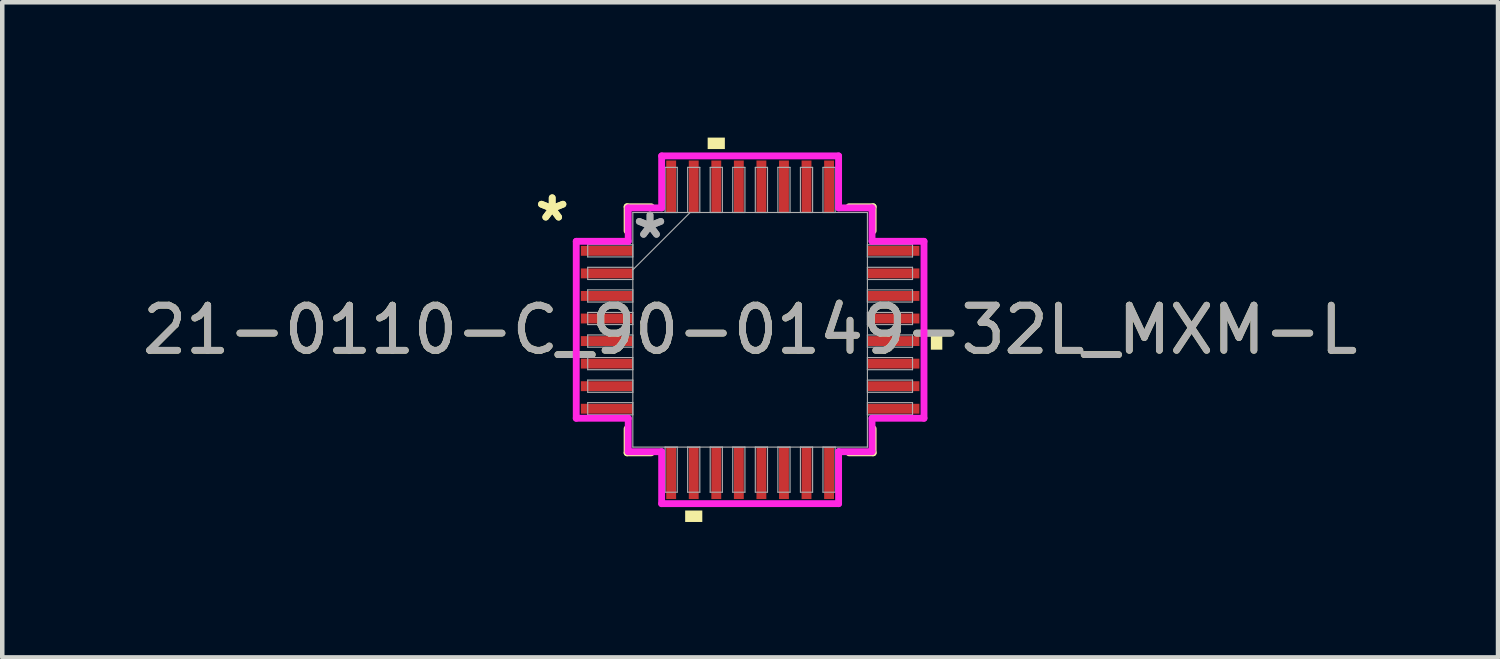
<source format=kicad_pcb>
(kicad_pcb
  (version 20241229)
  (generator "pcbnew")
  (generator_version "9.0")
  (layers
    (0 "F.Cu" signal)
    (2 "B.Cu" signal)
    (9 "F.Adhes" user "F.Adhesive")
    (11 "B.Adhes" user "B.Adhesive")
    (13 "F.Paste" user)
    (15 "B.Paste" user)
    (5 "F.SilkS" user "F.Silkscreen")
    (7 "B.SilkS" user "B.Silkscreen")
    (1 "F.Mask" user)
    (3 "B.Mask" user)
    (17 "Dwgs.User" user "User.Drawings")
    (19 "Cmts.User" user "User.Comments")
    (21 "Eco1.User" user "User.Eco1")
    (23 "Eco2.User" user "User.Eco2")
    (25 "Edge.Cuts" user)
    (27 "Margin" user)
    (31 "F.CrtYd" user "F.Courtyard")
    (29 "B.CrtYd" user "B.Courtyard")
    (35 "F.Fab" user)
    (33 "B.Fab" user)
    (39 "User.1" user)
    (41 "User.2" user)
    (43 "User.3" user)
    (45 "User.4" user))
  (footprint "21-0110-C_90-0149-32L_MXM-L"
    (layer "F.Cu")
    (at 13.577 4.26)
    (property "Reference" "21-0110-C_90-0149-32L_MXM-L" (at 0 0 0) (unlocked yes) (layer "F.SilkS") (effects (font (size 1 1) (thickness 0.15))))
    (attr smd)
    (fp_line (start -2.727 -2.727) (end -2.727 -2.192) (stroke (width 0.152) (type solid)) (layer "F.SilkS"))
    (fp_line (start -2.727 2.192) (end -2.727 2.727) (stroke (width 0.152) (type solid)) (layer "F.SilkS"))
    (fp_line (start -2.727 2.727) (end -2.192 2.727) (stroke (width 0.152) (type solid)) (layer "F.SilkS"))
    (fp_line (start -2.192 -2.727) (end -2.727 -2.727) (stroke (width 0.152) (type solid)) (layer "F.SilkS"))
    (fp_line (start 2.192 2.727) (end 2.727 2.727) (stroke (width 0.152) (type solid)) (layer "F.SilkS"))
    (fp_line (start 2.727 -2.727) (end 2.192 -2.727) (stroke (width 0.152) (type solid)) (layer "F.SilkS"))
    (fp_line (start 2.727 -2.192) (end 2.727 -2.727) (stroke (width 0.152) (type solid)) (layer "F.SilkS"))
    (fp_line (start 2.727 2.727) (end 2.727 2.192) (stroke (width 0.152) (type solid)) (layer "F.SilkS"))
    (fp_poly (pts (xy -1.44 4.006) (xy -1.44 4.26) (xy -1.06 4.26) (xy -1.06 4.006)) (stroke (width 0) (type solid)) (fill yes) (layer "F.SilkS"))
    (fp_poly (pts (xy -0.941 -4.006) (xy -0.941 -4.26) (xy -0.56 -4.26) (xy -0.56 -4.006)) (stroke (width 0) (type solid)) (fill yes) (layer "F.SilkS"))
    (fp_poly (pts (xy 4.26 0.059) (xy 4.26 0.441) (xy 4.006 0.441) (xy 4.006 0.059)) (stroke (width 0) (type solid)) (fill yes) (layer "F.SilkS"))
    (fp_line (start -3.854 -1.961) (end -2.702 -1.961) (stroke (width 0.152) (type solid)) (layer "F.CrtYd"))
    (fp_line (start -3.854 1.961) (end -3.854 -1.961) (stroke (width 0.152) (type solid)) (layer "F.CrtYd"))
    (fp_line (start -2.702 -2.702) (end -1.961 -2.702) (stroke (width 0.152) (type solid)) (layer "F.CrtYd"))
    (fp_line (start -2.702 -1.961) (end -2.702 -2.702) (stroke (width 0.152) (type solid)) (layer "F.CrtYd"))
    (fp_line (start -2.702 1.961) (end -3.854 1.961) (stroke (width 0.152) (type solid)) (layer "F.CrtYd"))
    (fp_line (start -2.702 2.702) (end -2.702 1.961) (stroke (width 0.152) (type solid)) (layer "F.CrtYd"))
    (fp_line (start -2.702 2.702) (end -1.961 2.702) (stroke (width 0.152) (type solid)) (layer "F.CrtYd"))
    (fp_line (start -1.961 -3.854) (end 1.961 -3.854) (stroke (width 0.152) (type solid)) (layer "F.CrtYd"))
    (fp_line (start -1.961 -2.702) (end -1.961 -3.854) (stroke (width 0.152) (type solid)) (layer "F.CrtYd"))
    (fp_line (start -1.961 2.702) (end -1.961 3.854) (stroke (width 0.152) (type solid)) (layer "F.CrtYd"))
    (fp_line (start -1.961 3.854) (end 1.961 3.854) (stroke (width 0.152) (type solid)) (layer "F.CrtYd"))
    (fp_line (start 1.961 -3.854) (end 1.961 -2.702) (stroke (width 0.152) (type solid)) (layer "F.CrtYd"))
    (fp_line (start 1.961 -2.702) (end 2.702 -2.702) (stroke (width 0.152) (type solid)) (layer "F.CrtYd"))
    (fp_line (start 1.961 2.702) (end 2.702 2.702) (stroke (width 0.152) (type solid)) (layer "F.CrtYd"))
    (fp_line (start 1.961 3.854) (end 1.961 2.702) (stroke (width 0.152) (type solid)) (layer "F.CrtYd"))
    (fp_line (start 2.702 -1.961) (end 2.702 -2.702) (stroke (width 0.152) (type solid)) (layer "F.CrtYd"))
    (fp_line (start 2.702 1.961) (end 3.854 1.961) (stroke (width 0.152) (type solid)) (layer "F.CrtYd"))
    (fp_line (start 2.702 2.702) (end 2.702 1.961) (stroke (width 0.152) (type solid)) (layer "F.CrtYd"))
    (fp_line (start 3.854 -1.961) (end 2.702 -1.961) (stroke (width 0.152) (type solid)) (layer "F.CrtYd"))
    (fp_line (start 3.854 1.961) (end 3.854 -1.961) (stroke (width 0.152) (type solid)) (layer "F.CrtYd"))
    (fp_line (start -3.6 -1.885) (end -3.6 -1.615) (stroke (width 0.025) (type solid)) (layer "F.Fab"))
    (fp_line (start -3.6 -1.615) (end -2.6 -1.615) (stroke (width 0.025) (type solid)) (layer "F.Fab"))
    (fp_line (start -3.6 -1.385) (end -3.6 -1.115) (stroke (width 0.025) (type solid)) (layer "F.Fab"))
    (fp_line (start -3.6 -1.115) (end -2.6 -1.115) (stroke (width 0.025) (type solid)) (layer "F.Fab"))
    (fp_line (start -3.6 -0.885) (end -3.6 -0.615) (stroke (width 0.025) (type solid)) (layer "F.Fab"))
    (fp_line (start -3.6 -0.615) (end -2.6 -0.615) (stroke (width 0.025) (type solid)) (layer "F.Fab"))
    (fp_line (start -3.6 -0.385) (end -3.6 -0.115) (stroke (width 0.025) (type solid)) (layer "F.Fab"))
    (fp_line (start -3.6 -0.115) (end -2.6 -0.115) (stroke (width 0.025) (type solid)) (layer "F.Fab"))
    (fp_line (start -3.6 0.115) (end -3.6 0.385) (stroke (width 0.025) (type solid)) (layer "F.Fab"))
    (fp_line (start -3.6 0.385) (end -2.6 0.385) (stroke (width 0.025) (type solid)) (layer "F.Fab"))
    (fp_line (start -3.6 0.615) (end -3.6 0.885) (stroke (width 0.025) (type solid)) (layer "F.Fab"))
    (fp_line (start -3.6 0.885) (end -2.6 0.885) (stroke (width 0.025) (type solid)) (layer "F.Fab"))
    (fp_line (start -3.6 1.115) (end -3.6 1.385) (stroke (width 0.025) (type solid)) (layer "F.Fab"))
    (fp_line (start -3.6 1.385) (end -2.6 1.385) (stroke (width 0.025) (type solid)) (layer "F.Fab"))
    (fp_line (start -3.6 1.615) (end -3.6 1.885) (stroke (width 0.025) (type solid)) (layer "F.Fab"))
    (fp_line (start -3.6 1.885) (end -2.6 1.885) (stroke (width 0.025) (type solid)) (layer "F.Fab"))
    (fp_line (start -2.6 -2.6) (end -2.6 2.6) (stroke (width 0.025) (type solid)) (layer "F.Fab"))
    (fp_line (start -2.6 -1.885) (end -3.6 -1.885) (stroke (width 0.025) (type solid)) (layer "F.Fab"))
    (fp_line (start -2.6 -1.615) (end -2.6 -1.885) (stroke (width 0.025) (type solid)) (layer "F.Fab"))
    (fp_line (start -2.6 -1.385) (end -3.6 -1.385) (stroke (width 0.025) (type solid)) (layer "F.Fab"))
    (fp_line (start -2.6 -1.33) (end -1.33 -2.6) (stroke (width 0.025) (type solid)) (layer "F.Fab"))
    (fp_line (start -2.6 -1.115) (end -2.6 -1.385) (stroke (width 0.025) (type solid)) (layer "F.Fab"))
    (fp_line (start -2.6 -0.885) (end -3.6 -0.885) (stroke (width 0.025) (type solid)) (layer "F.Fab"))
    (fp_line (start -2.6 -0.615) (end -2.6 -0.885) (stroke (width 0.025) (type solid)) (layer "F.Fab"))
    (fp_line (start -2.6 -0.385) (end -3.6 -0.385) (stroke (width 0.025) (type solid)) (layer "F.Fab"))
    (fp_line (start -2.6 -0.115) (end -2.6 -0.385) (stroke (width 0.025) (type solid)) (layer "F.Fab"))
    (fp_line (start -2.6 0.115) (end -3.6 0.115) (stroke (width 0.025) (type solid)) (layer "F.Fab"))
    (fp_line (start -2.6 0.385) (end -2.6 0.115) (stroke (width 0.025) (type solid)) (layer "F.Fab"))
    (fp_line (start -2.6 0.615) (end -3.6 0.615) (stroke (width 0.025) (type solid)) (layer "F.Fab"))
    (fp_line (start -2.6 0.885) (end -2.6 0.615) (stroke (width 0.025) (type solid)) (layer "F.Fab"))
    (fp_line (start -2.6 1.115) (end -3.6 1.115) (stroke (width 0.025) (type solid)) (layer "F.Fab"))
    (fp_line (start -2.6 1.385) (end -2.6 1.115) (stroke (width 0.025) (type solid)) (layer "F.Fab"))
    (fp_line (start -2.6 1.615) (end -3.6 1.615) (stroke (width 0.025) (type solid)) (layer "F.Fab"))
    (fp_line (start -2.6 1.885) (end -2.6 1.615) (stroke (width 0.025) (type solid)) (layer "F.Fab"))
    (fp_line (start -2.6 2.6) (end 2.6 2.6) (stroke (width 0.025) (type solid)) (layer "F.Fab"))
    (fp_line (start -1.885 -3.6) (end -1.885 -2.6) (stroke (width 0.025) (type solid)) (layer "F.Fab"))
    (fp_line (start -1.885 -2.6) (end -1.615 -2.6) (stroke (width 0.025) (type solid)) (layer "F.Fab"))
    (fp_line (start -1.885 2.6) (end -1.885 3.6) (stroke (width 0.025) (type solid)) (layer "F.Fab"))
    (fp_line (start -1.885 3.6) (end -1.615 3.6) (stroke (width 0.025) (type solid)) (layer "F.Fab"))
    (fp_line (start -1.615 -3.6) (end -1.885 -3.6) (stroke (width 0.025) (type solid)) (layer "F.Fab"))
    (fp_line (start -1.615 -2.6) (end -1.615 -3.6) (stroke (width 0.025) (type solid)) (layer "F.Fab"))
    (fp_line (start -1.615 2.6) (end -1.885 2.6) (stroke (width 0.025) (type solid)) (layer "F.Fab"))
    (fp_line (start -1.615 3.6) (end -1.615 2.6) (stroke (width 0.025) (type solid)) (layer "F.Fab"))
    (fp_line (start -1.385 -3.6) (end -1.385 -2.6) (stroke (width 0.025) (type solid)) (layer "F.Fab"))
    (fp_line (start -1.385 -2.6) (end -1.115 -2.6) (stroke (width 0.025) (type solid)) (layer "F.Fab"))
    (fp_line (start -1.385 2.6) (end -1.385 3.6) (stroke (width 0.025) (type solid)) (layer "F.Fab"))
    (fp_line (start -1.385 3.6) (end -1.115 3.6) (stroke (width 0.025) (type solid)) (layer "F.Fab"))
    (fp_line (start -1.115 -3.6) (end -1.385 -3.6) (stroke (width 0.025) (type solid)) (layer "F.Fab"))
    (fp_line (start -1.115 -2.6) (end -1.115 -3.6) (stroke (width 0.025) (type solid)) (layer "F.Fab"))
    (fp_line (start -1.115 2.6) (end -1.385 2.6) (stroke (width 0.025) (type solid)) (layer "F.Fab"))
    (fp_line (start -1.115 3.6) (end -1.115 2.6) (stroke (width 0.025) (type solid)) (layer "F.Fab"))
    (fp_line (start -0.885 -3.6) (end -0.885 -2.6) (stroke (width 0.025) (type solid)) (layer "F.Fab"))
    (fp_line (start -0.885 -2.6) (end -0.615 -2.6) (stroke (width 0.025) (type solid)) (layer "F.Fab"))
    (fp_line (start -0.885 2.6) (end -0.885 3.6) (stroke (width 0.025) (type solid)) (layer "F.Fab"))
    (fp_line (start -0.885 3.6) (end -0.615 3.6) (stroke (width 0.025) (type solid)) (layer "F.Fab"))
    (fp_line (start -0.615 -3.6) (end -0.885 -3.6) (stroke (width 0.025) (type solid)) (layer "F.Fab"))
    (fp_line (start -0.615 -2.6) (end -0.615 -3.6) (stroke (width 0.025) (type solid)) (layer "F.Fab"))
    (fp_line (start -0.615 2.6) (end -0.885 2.6) (stroke (width 0.025) (type solid)) (layer "F.Fab"))
    (fp_line (start -0.615 3.6) (end -0.615 2.6) (stroke (width 0.025) (type solid)) (layer "F.Fab"))
    (fp_line (start -0.385 -3.6) (end -0.385 -2.6) (stroke (width 0.025) (type solid)) (layer "F.Fab"))
    (fp_line (start -0.385 -2.6) (end -0.115 -2.6) (stroke (width 0.025) (type solid)) (layer "F.Fab"))
    (fp_line (start -0.385 2.6) (end -0.385 3.6) (stroke (width 0.025) (type solid)) (layer "F.Fab"))
    (fp_line (start -0.385 3.6) (end -0.115 3.6) (stroke (width 0.025) (type solid)) (layer "F.Fab"))
    (fp_line (start -0.115 -3.6) (end -0.385 -3.6) (stroke (width 0.025) (type solid)) (layer "F.Fab"))
    (fp_line (start -0.115 -2.6) (end -0.115 -3.6) (stroke (width 0.025) (type solid)) (layer "F.Fab"))
    (fp_line (start -0.115 2.6) (end -0.385 2.6) (stroke (width 0.025) (type solid)) (layer "F.Fab"))
    (fp_line (start -0.115 3.6) (end -0.115 2.6) (stroke (width 0.025) (type solid)) (layer "F.Fab"))
    (fp_line (start 0.115 -3.6) (end 0.115 -2.6) (stroke (width 0.025) (type solid)) (layer "F.Fab"))
    (fp_line (start 0.115 -2.6) (end 0.385 -2.6) (stroke (width 0.025) (type solid)) (layer "F.Fab"))
    (fp_line (start 0.115 2.6) (end 0.115 3.6) (stroke (width 0.025) (type solid)) (layer "F.Fab"))
    (fp_line (start 0.115 3.6) (end 0.385 3.6) (stroke (width 0.025) (type solid)) (layer "F.Fab"))
    (fp_line (start 0.385 -3.6) (end 0.115 -3.6) (stroke (width 0.025) (type solid)) (layer "F.Fab"))
    (fp_line (start 0.385 -2.6) (end 0.385 -3.6) (stroke (width 0.025) (type solid)) (layer "F.Fab"))
    (fp_line (start 0.385 2.6) (end 0.115 2.6) (stroke (width 0.025) (type solid)) (layer "F.Fab"))
    (fp_line (start 0.385 3.6) (end 0.385 2.6) (stroke (width 0.025) (type solid)) (layer "F.Fab"))
    (fp_line (start 0.615 -3.6) (end 0.615 -2.6) (stroke (width 0.025) (type solid)) (layer "F.Fab"))
    (fp_line (start 0.615 -2.6) (end 0.885 -2.6) (stroke (width 0.025) (type solid)) (layer "F.Fab"))
    (fp_line (start 0.615 2.6) (end 0.615 3.6) (stroke (width 0.025) (type solid)) (layer "F.Fab"))
    (fp_line (start 0.615 3.6) (end 0.885 3.6) (stroke (width 0.025) (type solid)) (layer "F.Fab"))
    (fp_line (start 0.885 -3.6) (end 0.615 -3.6) (stroke (width 0.025) (type solid)) (layer "F.Fab"))
    (fp_line (start 0.885 -2.6) (end 0.885 -3.6) (stroke (width 0.025) (type solid)) (layer "F.Fab"))
    (fp_line (start 0.885 2.6) (end 0.615 2.6) (stroke (width 0.025) (type solid)) (layer "F.Fab"))
    (fp_line (start 0.885 3.6) (end 0.885 2.6) (stroke (width 0.025) (type solid)) (layer "F.Fab"))
    (fp_line (start 1.115 -3.6) (end 1.115 -2.6) (stroke (width 0.025) (type solid)) (layer "F.Fab"))
    (fp_line (start 1.115 -2.6) (end 1.385 -2.6) (stroke (width 0.025) (type solid)) (layer "F.Fab"))
    (fp_line (start 1.115 2.6) (end 1.115 3.6) (stroke (width 0.025) (type solid)) (layer "F.Fab"))
    (fp_line (start 1.115 3.6) (end 1.385 3.6) (stroke (width 0.025) (type solid)) (layer "F.Fab"))
    (fp_line (start 1.385 -3.6) (end 1.115 -3.6) (stroke (width 0.025) (type solid)) (layer "F.Fab"))
    (fp_line (start 1.385 -2.6) (end 1.385 -3.6) (stroke (width 0.025) (type solid)) (layer "F.Fab"))
    (fp_line (start 1.385 2.6) (end 1.115 2.6) (stroke (width 0.025) (type solid)) (layer "F.Fab"))
    (fp_line (start 1.385 3.6) (end 1.385 2.6) (stroke (width 0.025) (type solid)) (layer "F.Fab"))
    (fp_line (start 1.615 -3.6) (end 1.615 -2.6) (stroke (width 0.025) (type solid)) (layer "F.Fab"))
    (fp_line (start 1.615 -2.6) (end 1.885 -2.6) (stroke (width 0.025) (type solid)) (layer "F.Fab"))
    (fp_line (start 1.615 2.6) (end 1.615 3.6) (stroke (width 0.025) (type solid)) (layer "F.Fab"))
    (fp_line (start 1.615 3.6) (end 1.885 3.6) (stroke (width 0.025) (type solid)) (layer "F.Fab"))
    (fp_line (start 1.885 -3.6) (end 1.615 -3.6) (stroke (width 0.025) (type solid)) (layer "F.Fab"))
    (fp_line (start 1.885 -2.6) (end 1.885 -3.6) (stroke (width 0.025) (type solid)) (layer "F.Fab"))
    (fp_line (start 1.885 2.6) (end 1.615 2.6) (stroke (width 0.025) (type solid)) (layer "F.Fab"))
    (fp_line (start 1.885 3.6) (end 1.885 2.6) (stroke (width 0.025) (type solid)) (layer "F.Fab"))
    (fp_line (start 2.6 -2.6) (end -2.6 -2.6) (stroke (width 0.025) (type solid)) (layer "F.Fab"))
    (fp_line (start 2.6 -1.885) (end 2.6 -1.615) (stroke (width 0.025) (type solid)) (layer "F.Fab"))
    (fp_line (start 2.6 -1.615) (end 3.6 -1.615) (stroke (width 0.025) (type solid)) (layer "F.Fab"))
    (fp_line (start 2.6 -1.385) (end 2.6 -1.115) (stroke (width 0.025) (type solid)) (layer "F.Fab"))
    (fp_line (start 2.6 -1.115) (end 3.6 -1.115) (stroke (width 0.025) (type solid)) (layer "F.Fab"))
    (fp_line (start 2.6 -0.885) (end 2.6 -0.615) (stroke (width 0.025) (type solid)) (layer "F.Fab"))
    (fp_line (start 2.6 -0.615) (end 3.6 -0.615) (stroke (width 0.025) (type solid)) (layer "F.Fab"))
    (fp_line (start 2.6 -0.385) (end 2.6 -0.115) (stroke (width 0.025) (type solid)) (layer "F.Fab"))
    (fp_line (start 2.6 -0.115) (end 3.6 -0.115) (stroke (width 0.025) (type solid)) (layer "F.Fab"))
    (fp_line (start 2.6 0.115) (end 2.6 0.385) (stroke (width 0.025) (type solid)) (layer "F.Fab"))
    (fp_line (start 2.6 0.385) (end 3.6 0.385) (stroke (width 0.025) (type solid)) (layer "F.Fab"))
    (fp_line (start 2.6 0.615) (end 2.6 0.885) (stroke (width 0.025) (type solid)) (layer "F.Fab"))
    (fp_line (start 2.6 0.885) (end 3.6 0.885) (stroke (width 0.025) (type solid)) (layer "F.Fab"))
    (fp_line (start 2.6 1.115) (end 2.6 1.385) (stroke (width 0.025) (type solid)) (layer "F.Fab"))
    (fp_line (start 2.6 1.385) (end 3.6 1.385) (stroke (width 0.025) (type solid)) (layer "F.Fab"))
    (fp_line (start 2.6 1.615) (end 2.6 1.885) (stroke (width 0.025) (type solid)) (layer "F.Fab"))
    (fp_line (start 2.6 1.885) (end 3.6 1.885) (stroke (width 0.025) (type solid)) (layer "F.Fab"))
    (fp_line (start 2.6 2.6) (end 2.6 -2.6) (stroke (width 0.025) (type solid)) (layer "F.Fab"))
    (fp_line (start 3.6 -1.885) (end 2.6 -1.885) (stroke (width 0.025) (type solid)) (layer "F.Fab"))
    (fp_line (start 3.6 -1.615) (end 3.6 -1.885) (stroke (width 0.025) (type solid)) (layer "F.Fab"))
    (fp_line (start 3.6 -1.385) (end 2.6 -1.385) (stroke (width 0.025) (type solid)) (layer "F.Fab"))
    (fp_line (start 3.6 -1.115) (end 3.6 -1.385) (stroke (width 0.025) (type solid)) (layer "F.Fab"))
    (fp_line (start 3.6 -0.885) (end 2.6 -0.885) (stroke (width 0.025) (type solid)) (layer "F.Fab"))
    (fp_line (start 3.6 -0.615) (end 3.6 -0.885) (stroke (width 0.025) (type solid)) (layer "F.Fab"))
    (fp_line (start 3.6 -0.385) (end 2.6 -0.385) (stroke (width 0.025) (type solid)) (layer "F.Fab"))
    (fp_line (start 3.6 -0.115) (end 3.6 -0.385) (stroke (width 0.025) (type solid)) (layer "F.Fab"))
    (fp_line (start 3.6 0.115) (end 2.6 0.115) (stroke (width 0.025) (type solid)) (layer "F.Fab"))
    (fp_line (start 3.6 0.385) (end 3.6 0.115) (stroke (width 0.025) (type solid)) (layer "F.Fab"))
    (fp_line (start 3.6 0.615) (end 2.6 0.615) (stroke (width 0.025) (type solid)) (layer "F.Fab"))
    (fp_line (start 3.6 0.885) (end 3.6 0.615) (stroke (width 0.025) (type solid)) (layer "F.Fab"))
    (fp_line (start 3.6 1.115) (end 2.6 1.115) (stroke (width 0.025) (type solid)) (layer "F.Fab"))
    (fp_line (start 3.6 1.385) (end 3.6 1.115) (stroke (width 0.025) (type solid)) (layer "F.Fab"))
    (fp_line (start 3.6 1.615) (end 2.6 1.615) (stroke (width 0.025) (type solid)) (layer "F.Fab"))
    (fp_line (start 3.6 1.885) (end 3.6 1.615) (stroke (width 0.025) (type solid)) (layer "F.Fab"))
    (fp_text user "*" (at -4.387 -2.381 0) (layer "F.SilkS") (effects (font (size 1 1) (thickness 0.15))))
    (fp_text user "*" (at -4.387 -2.381 0) (unlocked yes) (layer "F.SilkS") (effects (font (size 1 1) (thickness 0.15))))
    (fp_text user "${REFERENCE}" (at 0 0 0) (unlocked yes) (layer "F.Fab") (effects (font (size 1 1) (thickness 0.15))))
    (fp_text user "*" (at -2.219 -2 0) (layer "F.Fab") (effects (font (size 1 1) (thickness 0.15))))
    (fp_text user "*" (at -2.219 -2 0) (unlocked yes) (layer "F.Fab") (effects (font (size 1 1) (thickness 0.15))))
    (pad "1" smd rect (at -3.176 -1.75 90) (size 0.219 1.152) (layers "F.Cu" "F.Mask" "F.Paste"))
    (pad "2" smd rect (at -3.176 -1.25 90) (size 0.219 1.152) (layers "F.Cu" "F.Mask" "F.Paste"))
    (pad "3" smd rect (at -3.176 -0.75 90) (size 0.219 1.152) (layers "F.Cu" "F.Mask" "F.Paste"))
    (pad "4" smd rect (at -3.176 -0.25 90) (size 0.219 1.152) (layers "F.Cu" "F.Mask" "F.Paste"))
    (pad "5" smd rect (at -3.176 0.25 90) (size 0.219 1.152) (layers "F.Cu" "F.Mask" "F.Paste"))
    (pad "6" smd rect (at -3.176 0.75 90) (size 0.219 1.152) (layers "F.Cu" "F.Mask" "F.Paste"))
    (pad "7" smd rect (at -3.176 1.25 90) (size 0.219 1.152) (layers "F.Cu" "F.Mask" "F.Paste"))
    (pad "8" smd rect (at -3.176 1.75 90) (size 0.219 1.152) (layers "F.Cu" "F.Mask" "F.Paste"))
    (pad "9" smd rect (at -1.75 3.176) (size 0.219 1.152) (layers "F.Cu" "F.Mask" "F.Paste"))
    (pad "10" smd rect (at -1.25 3.176) (size 0.219 1.152) (layers "F.Cu" "F.Mask" "F.Paste"))
    (pad "11" smd rect (at -0.75 3.176) (size 0.219 1.152) (layers "F.Cu" "F.Mask" "F.Paste"))
    (pad "12" smd rect (at -0.25 3.176) (size 0.219 1.152) (layers "F.Cu" "F.Mask" "F.Paste"))
    (pad "13" smd rect (at 0.25 3.176) (size 0.219 1.152) (layers "F.Cu" "F.Mask" "F.Paste"))
    (pad "14" smd rect (at 0.75 3.176) (size 0.219 1.152) (layers "F.Cu" "F.Mask" "F.Paste"))
    (pad "15" smd rect (at 1.25 3.176) (size 0.219 1.152) (layers "F.Cu" "F.Mask" "F.Paste"))
    (pad "16" smd rect (at 1.75 3.176) (size 0.219 1.152) (layers "F.Cu" "F.Mask" "F.Paste"))
    (pad "17" smd rect (at 3.176 1.75 90) (size 0.219 1.152) (layers "F.Cu" "F.Mask" "F.Paste"))
    (pad "18" smd rect (at 3.176 1.25 90) (size 0.219 1.152) (layers "F.Cu" "F.Mask" "F.Paste"))
    (pad "19" smd rect (at 3.176 0.75 90) (size 0.219 1.152) (layers "F.Cu" "F.Mask" "F.Paste"))
    (pad "20" smd rect (at 3.176 0.25 90) (size 0.219 1.152) (layers "F.Cu" "F.Mask" "F.Paste"))
    (pad "21" smd rect (at 3.176 -0.25 90) (size 0.219 1.152) (layers "F.Cu" "F.Mask" "F.Paste"))
    (pad "22" smd rect (at 3.176 -0.75 90) (size 0.219 1.152) (layers "F.Cu" "F.Mask" "F.Paste"))
    (pad "23" smd rect (at 3.176 -1.25 90) (size 0.219 1.152) (layers "F.Cu" "F.Mask" "F.Paste"))
    (pad "24" smd rect (at 3.176 -1.75 90) (size 0.219 1.152) (layers "F.Cu" "F.Mask" "F.Paste"))
    (pad "25" smd rect (at 1.75 -3.176) (size 0.219 1.152) (layers "F.Cu" "F.Mask" "F.Paste"))
    (pad "26" smd rect (at 1.25 -3.176) (size 0.219 1.152) (layers "F.Cu" "F.Mask" "F.Paste"))
    (pad "27" smd rect (at 0.75 -3.176) (size 0.219 1.152) (layers "F.Cu" "F.Mask" "F.Paste"))
    (pad "28" smd rect (at 0.25 -3.176) (size 0.219 1.152) (layers "F.Cu" "F.Mask" "F.Paste"))
    (pad "29" smd rect (at -0.25 -3.176) (size 0.219 1.152) (layers "F.Cu" "F.Mask" "F.Paste"))
    (pad "30" smd rect (at -0.75 -3.176) (size 0.219 1.152) (layers "F.Cu" "F.Mask" "F.Paste"))
    (pad "31" smd rect (at -1.25 -3.176) (size 0.219 1.152) (layers "F.Cu" "F.Mask" "F.Paste"))
    (pad "32" smd rect (at -1.75 -3.176) (size 0.219 1.152) (layers "F.Cu" "F.Mask" "F.Paste")))
  (gr_rect
    (start -3 -3)
    (end 30.155 11.521)
    (stroke (width 0.1) (type default))
    (fill no)
    (layer "Edge.Cuts")))
</source>
